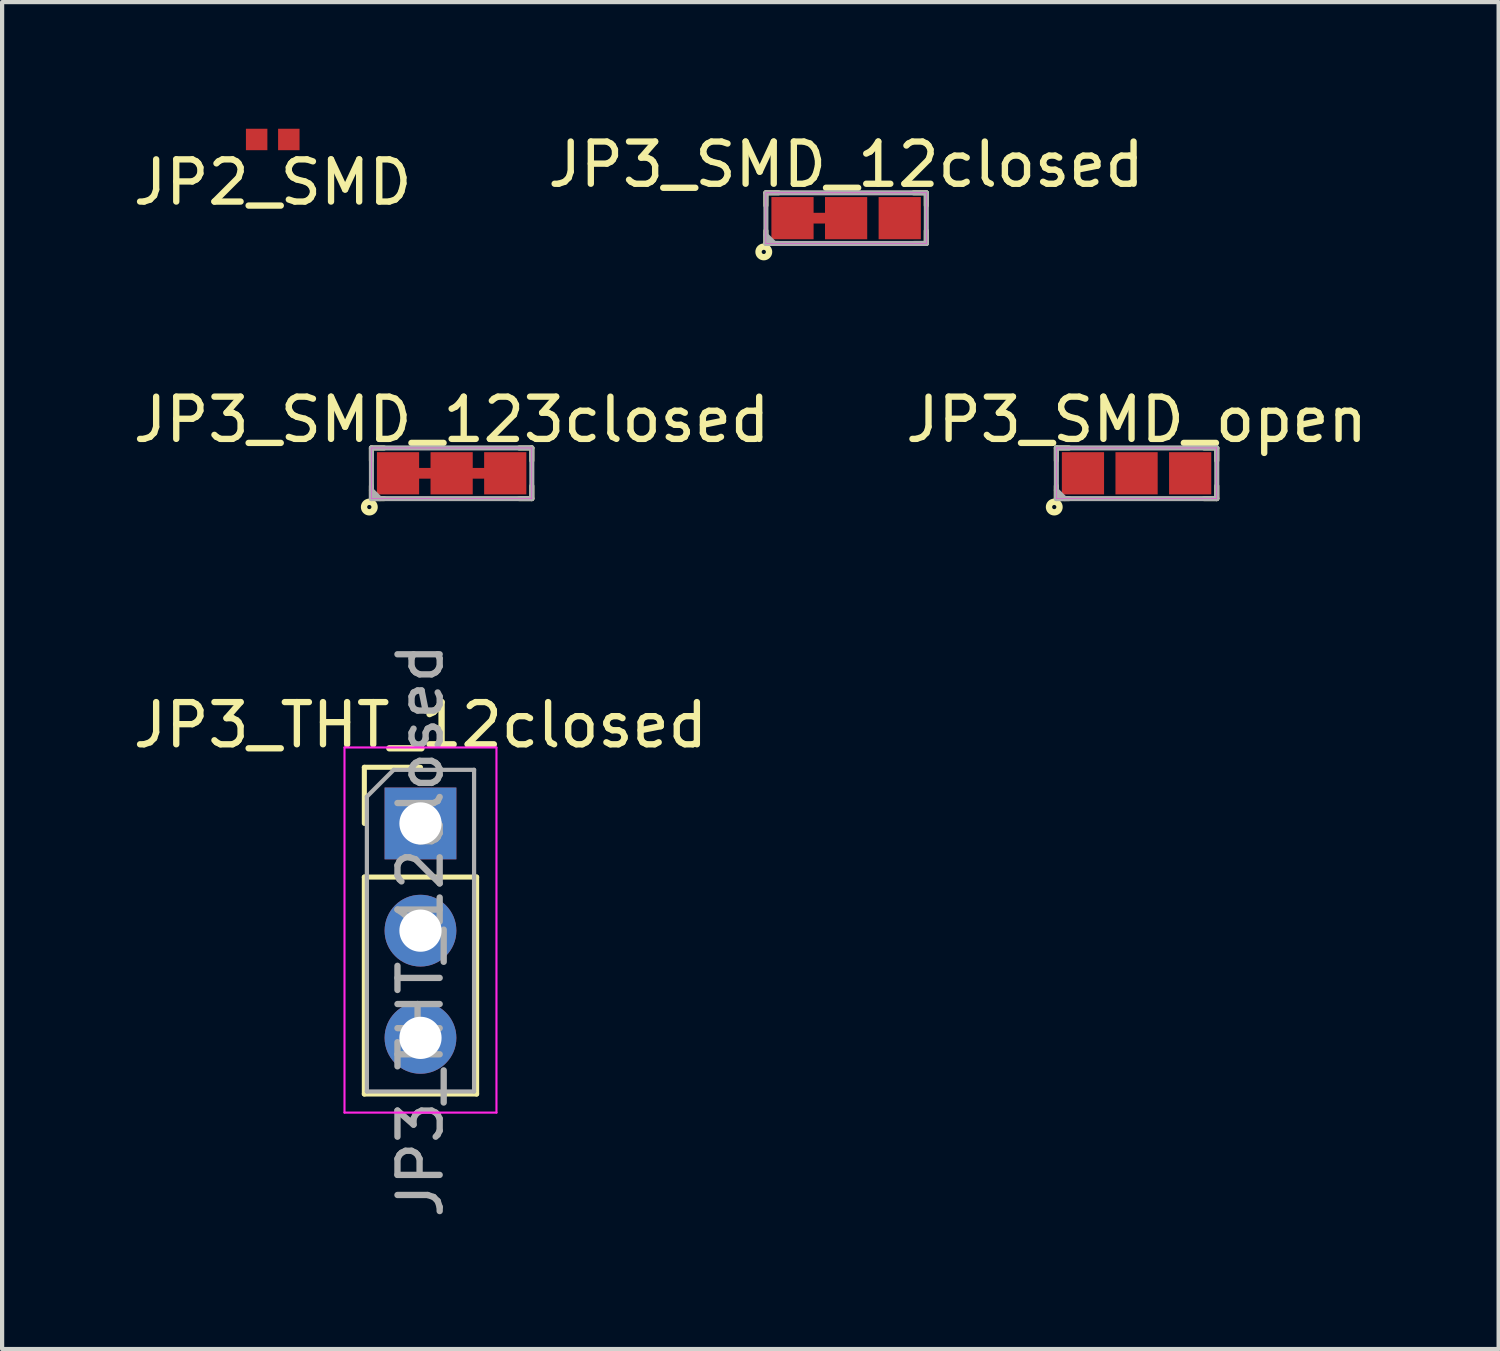
<source format=kicad_pcb>
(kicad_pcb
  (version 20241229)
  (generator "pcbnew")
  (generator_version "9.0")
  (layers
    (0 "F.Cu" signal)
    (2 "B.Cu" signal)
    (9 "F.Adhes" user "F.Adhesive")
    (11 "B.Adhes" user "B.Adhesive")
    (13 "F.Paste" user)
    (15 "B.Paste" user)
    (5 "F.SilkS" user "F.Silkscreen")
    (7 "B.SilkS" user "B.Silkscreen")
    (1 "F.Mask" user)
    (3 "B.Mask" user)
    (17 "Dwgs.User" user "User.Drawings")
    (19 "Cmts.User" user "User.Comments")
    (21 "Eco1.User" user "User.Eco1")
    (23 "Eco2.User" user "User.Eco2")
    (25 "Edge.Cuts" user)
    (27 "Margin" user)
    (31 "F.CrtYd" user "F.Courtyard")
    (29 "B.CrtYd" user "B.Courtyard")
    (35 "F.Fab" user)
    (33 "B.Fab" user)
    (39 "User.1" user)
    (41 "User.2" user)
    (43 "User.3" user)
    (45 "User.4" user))
  (footprint "JP3_THT_12closed"
    (layer "F.Cu")
    (at 6.911 16.457)
    (property "Reference" "JP3_THT_12closed" (at 0 -2.33 0) (layer "F.SilkS") (effects (font (size 1 1) (thickness 0.15))))
    (attr through_hole)
    (fp_line (start -1.33 -1.33) (end 0 -1.33) (stroke (width 0.12) (type solid)) (layer "F.SilkS"))
    (fp_line (start -1.33 0) (end -1.33 -1.33) (stroke (width 0.12) (type solid)) (layer "F.SilkS"))
    (fp_line (start -1.33 1.27) (end -1.33 6.41) (stroke (width 0.12) (type solid)) (layer "F.SilkS"))
    (fp_line (start -1.33 1.27) (end 1.33 1.27) (stroke (width 0.12) (type solid)) (layer "F.SilkS"))
    (fp_line (start -1.33 6.41) (end 1.33 6.41) (stroke (width 0.12) (type solid)) (layer "F.SilkS"))
    (fp_line (start 1.33 1.27) (end 1.33 6.41) (stroke (width 0.12) (type solid)) (layer "F.SilkS"))
    (fp_line (start -1.8 -1.8) (end -1.8 6.85) (stroke (width 0.05) (type solid)) (layer "F.CrtYd"))
    (fp_line (start -1.8 6.85) (end 1.8 6.85) (stroke (width 0.05) (type solid)) (layer "F.CrtYd"))
    (fp_line (start 1.8 -1.8) (end -1.8 -1.8) (stroke (width 0.05) (type solid)) (layer "F.CrtYd"))
    (fp_line (start 1.8 6.85) (end 1.8 -1.8) (stroke (width 0.05) (type solid)) (layer "F.CrtYd"))
    (fp_line (start -1.27 -0.635) (end -0.635 -1.27) (stroke (width 0.1) (type solid)) (layer "F.Fab"))
    (fp_line (start -1.27 6.35) (end -1.27 -0.635) (stroke (width 0.1) (type solid)) (layer "F.Fab"))
    (fp_line (start -0.635 -1.27) (end 1.27 -1.27) (stroke (width 0.1) (type solid)) (layer "F.Fab"))
    (fp_line (start 1.27 -1.27) (end 1.27 6.35) (stroke (width 0.1) (type solid)) (layer "F.Fab"))
    (fp_line (start 1.27 6.35) (end -1.27 6.35) (stroke (width 0.1) (type solid)) (layer "F.Fab"))
    (fp_text user "${REFERENCE}" (at 0 2.54 90) (layer "F.Fab") (effects (font (size 1 1) (thickness 0.15))))
    (pad "1" thru_hole rect (at 0 0) (size 1.7 1.7) (drill 1) (layers "*.Cu" "*.Mask"))
    (pad "2" thru_hole oval (at 0 2.54) (size 1.7 1.7) (drill 1) (layers "*.Cu" "*.Mask"))
    (pad "3" thru_hole oval (at 0 5.08) (size 1.7 1.7) (drill 1) (layers "*.Cu" "*.Mask")))
  (footprint "JP3_SMD_12closed"
    (layer "F.Cu")
    (at 16.994 2.118)
    (property "Reference" "JP3_SMD_12closed" (at 0 -1.27 0) (layer "F.SilkS") (effects (font (size 1 1) (thickness 0.15))))
    (attr through_hole)
    (fp_line (start -0.762 0) (end -0.508 0) (stroke (width 0.254) (type solid)) (layer "F.Cu"))
    (fp_poly (pts (xy 1 0.5) (xy -1 0.5) (xy -1 -0.5) (xy 1 -0.5)) (stroke (width 0.1) (type solid)) (fill yes) (layer "F.Mask"))
    (fp_line (start -1.9 -0.6) (end -1.9 -0.3) (stroke (width 0.12) (type solid)) (layer "F.SilkS"))
    (fp_line (start -1.9 0.3) (end -1.9 0.6) (stroke (width 0.12) (type solid)) (layer "F.SilkS"))
    (fp_line (start -1.9 0.6) (end -1.6 0.6) (stroke (width 0.12) (type solid)) (layer "F.SilkS"))
    (fp_line (start -1.6 -0.6) (end -1.9 -0.6) (stroke (width 0.12) (type solid)) (layer "F.SilkS"))
    (fp_line (start 1.6 -0.6) (end 1.9 -0.6) (stroke (width 0.12) (type solid)) (layer "F.SilkS"))
    (fp_line (start 1.9 -0.6) (end 1.9 -0.3) (stroke (width 0.12) (type solid)) (layer "F.SilkS"))
    (fp_line (start 1.9 0.3) (end 1.9 0.6) (stroke (width 0.12) (type solid)) (layer "F.SilkS"))
    (fp_line (start 1.9 0.6) (end 1.6 0.6) (stroke (width 0.12) (type solid)) (layer "F.SilkS"))
    (fp_circle (center -1.95 0.8) (end -1.9 0.8) (stroke (width 0.15) (type solid)) (fill no) (layer "F.SilkS"))
    (fp_line (start -1.9 -0.6) (end -1.9 0.6) (stroke (width 0.01) (type solid)) (layer "F.CrtYd"))
    (fp_line (start -1.9 0.6) (end 1.9 0.6) (stroke (width 0.01) (type solid)) (layer "F.CrtYd"))
    (fp_line (start 1.9 -0.6) (end -1.9 -0.6) (stroke (width 0.01) (type solid)) (layer "F.CrtYd"))
    (fp_line (start 1.9 0.6) (end 1.9 -0.6) (stroke (width 0.01) (type solid)) (layer "F.CrtYd"))
    (fp_line (start -1.9 -0.6) (end -1.9 0.6) (stroke (width 0.12) (type solid)) (layer "F.Fab"))
    (fp_line (start -1.9 0.4) (end -1.7 0.6) (stroke (width 0.12) (type solid)) (layer "F.Fab"))
    (fp_line (start -1.9 0.6) (end 1.9 0.6) (stroke (width 0.12) (type solid)) (layer "F.Fab"))
    (fp_line (start 1.9 -0.6) (end -1.9 -0.6) (stroke (width 0.12) (type solid)) (layer "F.Fab"))
    (fp_line (start 1.9 0.6) (end 1.9 -0.6) (stroke (width 0.12) (type solid)) (layer "F.Fab"))
    (pad "1" connect rect (at -1.27 0) (size 1 1) (layers "F.Cu" "F.Mask"))
    (pad "2" connect rect (at 0 0) (size 1 1) (layers "F.Cu" "F.Mask"))
    (pad "3" connect rect (at 1.27 0) (size 1 1) (layers "F.Cu" "F.Mask")))
  (footprint "JP3_SMD_open"
    (layer "F.Cu")
    (at 23.875 8.162)
    (property "Reference" "JP3_SMD_open" (at 0 -1.27 0) (layer "F.SilkS") (effects (font (size 1 1) (thickness 0.15))))
    (attr through_hole)
    (fp_poly (pts (xy 1 0.5) (xy -1 0.5) (xy -1 -0.5) (xy 1 -0.5)) (stroke (width 0.1) (type solid)) (fill yes) (layer "F.Mask"))
    (fp_line (start -1.9 -0.6) (end -1.9 -0.3) (stroke (width 0.12) (type solid)) (layer "F.SilkS"))
    (fp_line (start -1.9 0.3) (end -1.9 0.6) (stroke (width 0.12) (type solid)) (layer "F.SilkS"))
    (fp_line (start -1.9 0.6) (end -1.6 0.6) (stroke (width 0.12) (type solid)) (layer "F.SilkS"))
    (fp_line (start -1.6 -0.6) (end -1.9 -0.6) (stroke (width 0.12) (type solid)) (layer "F.SilkS"))
    (fp_line (start 1.6 -0.6) (end 1.9 -0.6) (stroke (width 0.12) (type solid)) (layer "F.SilkS"))
    (fp_line (start 1.9 -0.6) (end 1.9 -0.3) (stroke (width 0.12) (type solid)) (layer "F.SilkS"))
    (fp_line (start 1.9 0.3) (end 1.9 0.6) (stroke (width 0.12) (type solid)) (layer "F.SilkS"))
    (fp_line (start 1.9 0.6) (end 1.6 0.6) (stroke (width 0.12) (type solid)) (layer "F.SilkS"))
    (fp_circle (center -1.95 0.8) (end -1.9 0.8) (stroke (width 0.15) (type solid)) (fill no) (layer "F.SilkS"))
    (fp_line (start -1.9 -0.6) (end -1.9 0.6) (stroke (width 0.01) (type solid)) (layer "F.CrtYd"))
    (fp_line (start -1.9 0.6) (end 1.9 0.6) (stroke (width 0.01) (type solid)) (layer "F.CrtYd"))
    (fp_line (start 1.9 -0.6) (end -1.9 -0.6) (stroke (width 0.01) (type solid)) (layer "F.CrtYd"))
    (fp_line (start 1.9 0.6) (end 1.9 -0.6) (stroke (width 0.01) (type solid)) (layer "F.CrtYd"))
    (fp_line (start -1.9 -0.6) (end -1.9 0.6) (stroke (width 0.12) (type solid)) (layer "F.Fab"))
    (fp_line (start -1.9 0.4) (end -1.7 0.6) (stroke (width 0.12) (type solid)) (layer "F.Fab"))
    (fp_line (start -1.9 0.6) (end 1.9 0.6) (stroke (width 0.12) (type solid)) (layer "F.Fab"))
    (fp_line (start 1.9 -0.6) (end -1.9 -0.6) (stroke (width 0.12) (type solid)) (layer "F.Fab"))
    (fp_line (start 1.9 0.6) (end 1.9 -0.6) (stroke (width 0.12) (type solid)) (layer "F.Fab"))
    (pad "1" connect rect (at -1.27 0) (size 1 1) (layers "F.Cu" "F.Mask"))
    (pad "2" connect rect (at 0 0) (size 1 1) (layers "F.Cu" "F.Mask"))
    (pad "3" connect rect (at 1.27 0) (size 1 1) (layers "F.Cu" "F.Mask")))
  (footprint "JP2_SMD"
    (layer "F.Cu")
    (at 3.411 0.254)
    (property "Reference" "JP2_SMD" (at 0 1.016 0) (layer "F.SilkS") (effects (font (size 1 1) (thickness 0.15))))
    (attr through_hole)
    (fp_poly (pts (xy 0.127 0.254) (xy -0.127 0.254) (xy -0.127 -0.254) (xy 0.127 -0.254)) (stroke (width 0) (type solid)) (fill yes) (layer "F.Mask"))
    (pad "1" smd rect (at -0.381 0) (size 0.508 0.508) (layers "F.Cu" "F.Mask" "F.Paste"))
    (pad "2" smd rect (at 0.381 0) (size 0.508 0.508) (layers "F.Cu" "F.Mask" "F.Paste")))
  (footprint "JP3_SMD_123closed"
    (layer "F.Cu")
    (at 7.649 8.162)
    (property "Reference" "JP3_SMD_123closed" (at 0 -1.27 0) (layer "F.SilkS") (effects (font (size 1 1) (thickness 0.15))))
    (attr through_hole)
    (fp_line (start -0.762 0) (end -0.508 0) (stroke (width 0.254) (type solid)) (layer "F.Cu"))
    (fp_line (start 0.508 0) (end 0.762 0) (stroke (width 0.254) (type solid)) (layer "F.Cu"))
    (fp_poly (pts (xy 1 0.5) (xy -1 0.5) (xy -1 -0.5) (xy 1 -0.5)) (stroke (width 0.1) (type solid)) (fill yes) (layer "F.Mask"))
    (fp_line (start -1.9 -0.6) (end -1.9 -0.3) (stroke (width 0.12) (type solid)) (layer "F.SilkS"))
    (fp_line (start -1.9 0.3) (end -1.9 0.6) (stroke (width 0.12) (type solid)) (layer "F.SilkS"))
    (fp_line (start -1.9 0.6) (end -1.6 0.6) (stroke (width 0.12) (type solid)) (layer "F.SilkS"))
    (fp_line (start -1.6 -0.6) (end -1.9 -0.6) (stroke (width 0.12) (type solid)) (layer "F.SilkS"))
    (fp_line (start 1.6 -0.6) (end 1.9 -0.6) (stroke (width 0.12) (type solid)) (layer "F.SilkS"))
    (fp_line (start 1.9 -0.6) (end 1.9 -0.3) (stroke (width 0.12) (type solid)) (layer "F.SilkS"))
    (fp_line (start 1.9 0.3) (end 1.9 0.6) (stroke (width 0.12) (type solid)) (layer "F.SilkS"))
    (fp_line (start 1.9 0.6) (end 1.6 0.6) (stroke (width 0.12) (type solid)) (layer "F.SilkS"))
    (fp_circle (center -1.95 0.8) (end -1.9 0.8) (stroke (width 0.15) (type solid)) (fill no) (layer "F.SilkS"))
    (fp_line (start -1.9 -0.6) (end -1.9 0.6) (stroke (width 0.01) (type solid)) (layer "F.CrtYd"))
    (fp_line (start -1.9 0.6) (end 1.9 0.6) (stroke (width 0.01) (type solid)) (layer "F.CrtYd"))
    (fp_line (start 1.9 -0.6) (end -1.9 -0.6) (stroke (width 0.01) (type solid)) (layer "F.CrtYd"))
    (fp_line (start 1.9 0.6) (end 1.9 -0.6) (stroke (width 0.01) (type solid)) (layer "F.CrtYd"))
    (fp_line (start -1.9 -0.6) (end -1.9 0.6) (stroke (width 0.12) (type solid)) (layer "F.Fab"))
    (fp_line (start -1.9 0.4) (end -1.7 0.6) (stroke (width 0.12) (type solid)) (layer "F.Fab"))
    (fp_line (start -1.9 0.6) (end 1.9 0.6) (stroke (width 0.12) (type solid)) (layer "F.Fab"))
    (fp_line (start 1.9 -0.6) (end -1.9 -0.6) (stroke (width 0.12) (type solid)) (layer "F.Fab"))
    (fp_line (start 1.9 0.6) (end 1.9 -0.6) (stroke (width 0.12) (type solid)) (layer "F.Fab"))
    (pad "1" connect rect (at -1.27 0) (size 1 1) (layers "F.Cu" "F.Mask"))
    (pad "2" connect rect (at 0 0) (size 1 1) (layers "F.Cu" "F.Mask"))
    (pad "3" connect rect (at 1.27 0) (size 1 1) (layers "F.Cu" "F.Mask")))
  (gr_rect
    (start -3 -3)
    (end 32.452 28.908)
    (stroke (width 0.1) (type default))
    (fill no)
    (layer "Edge.Cuts")))
</source>
